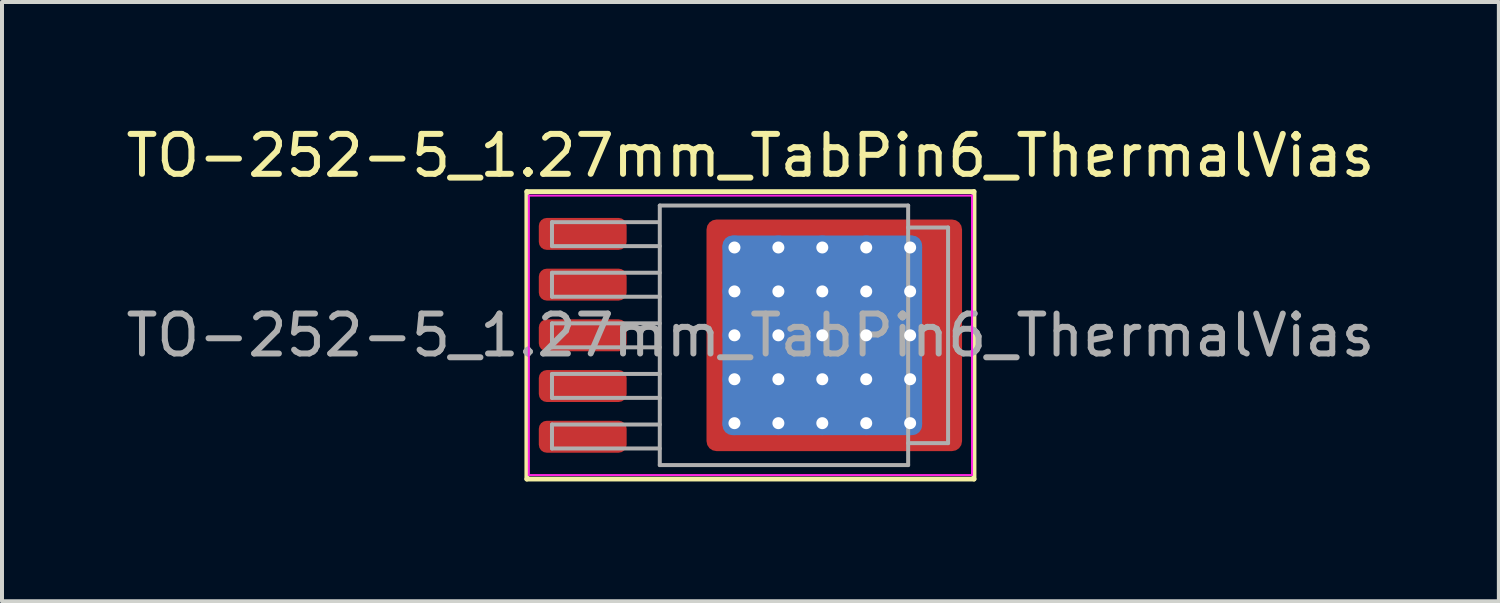
<source format=kicad_pcb>
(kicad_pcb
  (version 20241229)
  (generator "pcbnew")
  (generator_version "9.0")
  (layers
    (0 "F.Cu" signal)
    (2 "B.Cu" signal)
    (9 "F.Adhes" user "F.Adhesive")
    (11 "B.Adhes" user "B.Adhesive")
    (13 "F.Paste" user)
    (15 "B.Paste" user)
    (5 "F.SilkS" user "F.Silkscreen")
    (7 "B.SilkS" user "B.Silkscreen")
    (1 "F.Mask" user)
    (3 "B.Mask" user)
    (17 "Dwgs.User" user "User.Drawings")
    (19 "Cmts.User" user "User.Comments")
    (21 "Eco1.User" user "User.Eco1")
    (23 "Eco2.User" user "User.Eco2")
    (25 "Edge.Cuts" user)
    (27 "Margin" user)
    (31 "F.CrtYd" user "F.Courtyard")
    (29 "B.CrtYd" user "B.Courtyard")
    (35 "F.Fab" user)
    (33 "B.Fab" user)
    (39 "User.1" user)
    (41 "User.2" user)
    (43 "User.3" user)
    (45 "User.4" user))
  (footprint "TO-252-5_1.27mm_TabPin6_ThermalVias"
    (layer "F.Cu")
    (at 15.744 5.348)
    (property "Reference" "TO-252-5_1.27mm_TabPin6_ThermalVias" (at 0 -4.5 0) (layer "F.SilkS") (effects (font (size 1 1) (thickness 0.15))))
    (attr smd)
    (fp_line (start -5.6 -3.6) (end -5.6 3.6) (stroke (width 0.12) (type solid)) (layer "F.SilkS"))
    (fp_line (start -5.6 3.6) (end 5.6 3.6) (stroke (width 0.12) (type solid)) (layer "F.SilkS"))
    (fp_line (start 5.6 -3.6) (end -5.6 -3.6) (stroke (width 0.12) (type solid)) (layer "F.SilkS"))
    (fp_line (start 5.6 3.6) (end 5.6 -3.6) (stroke (width 0.12) (type solid)) (layer "F.SilkS"))
    (fp_line (start -5.55 -3.5) (end -5.55 3.5) (stroke (width 0.05) (type solid)) (layer "F.CrtYd"))
    (fp_line (start -5.55 3.5) (end 5.55 3.5) (stroke (width 0.05) (type solid)) (layer "F.CrtYd"))
    (fp_line (start 5.55 -3.5) (end -5.55 -3.5) (stroke (width 0.05) (type solid)) (layer "F.CrtYd"))
    (fp_line (start 5.55 3.5) (end 5.55 -3.5) (stroke (width 0.05) (type solid)) (layer "F.CrtYd"))
    (fp_line (start -4.97 -2.834) (end -4.97 -2.234) (stroke (width 0.1) (type solid)) (layer "F.Fab"))
    (fp_line (start -4.97 -2.234) (end -2.27 -2.234) (stroke (width 0.1) (type solid)) (layer "F.Fab"))
    (fp_line (start -4.97 -1.567) (end -4.97 -0.967) (stroke (width 0.1) (type solid)) (layer "F.Fab"))
    (fp_line (start -4.97 -0.967) (end -2.27 -0.967) (stroke (width 0.1) (type solid)) (layer "F.Fab"))
    (fp_line (start -4.97 -0.3) (end -4.97 0.3) (stroke (width 0.1) (type solid)) (layer "F.Fab"))
    (fp_line (start -4.97 0.3) (end -2.27 0.3) (stroke (width 0.1) (type solid)) (layer "F.Fab"))
    (fp_line (start -4.97 0.967) (end -4.97 1.567) (stroke (width 0.1) (type solid)) (layer "F.Fab"))
    (fp_line (start -4.97 1.567) (end -2.27 1.567) (stroke (width 0.1) (type solid)) (layer "F.Fab"))
    (fp_line (start -4.97 2.234) (end -4.97 2.834) (stroke (width 0.1) (type solid)) (layer "F.Fab"))
    (fp_line (start -4.97 2.834) (end -2.27 2.834) (stroke (width 0.1) (type solid)) (layer "F.Fab"))
    (fp_line (start -2.3 -2.834) (end -4.97 -2.834) (stroke (width 0.1) (type solid)) (layer "F.Fab"))
    (fp_line (start -2.27 -3.25) (end 3.95 -3.25) (stroke (width 0.1) (type solid)) (layer "F.Fab"))
    (fp_line (start -2.27 -1.567) (end -4.97 -1.567) (stroke (width 0.1) (type solid)) (layer "F.Fab"))
    (fp_line (start -2.27 -0.3) (end -4.97 -0.3) (stroke (width 0.1) (type solid)) (layer "F.Fab"))
    (fp_line (start -2.27 0.967) (end -4.97 0.967) (stroke (width 0.1) (type solid)) (layer "F.Fab"))
    (fp_line (start -2.27 2.234) (end -4.97 2.234) (stroke (width 0.1) (type solid)) (layer "F.Fab"))
    (fp_line (start -2.27 3.25) (end -2.27 -3.25) (stroke (width 0.1) (type solid)) (layer "F.Fab"))
    (fp_line (start 3.95 -3.25) (end 3.95 3.25) (stroke (width 0.1) (type solid)) (layer "F.Fab"))
    (fp_line (start 3.95 -2.7) (end 4.95 -2.7) (stroke (width 0.1) (type solid)) (layer "F.Fab"))
    (fp_line (start 3.95 3.25) (end -2.27 3.25) (stroke (width 0.1) (type solid)) (layer "F.Fab"))
    (fp_line (start 4.95 -2.7) (end 4.95 2.7) (stroke (width 0.1) (type solid)) (layer "F.Fab"))
    (fp_line (start 4.95 2.7) (end 3.95 2.7) (stroke (width 0.1) (type solid)) (layer "F.Fab"))
    (fp_text user "${REFERENCE}" (at 0 0 0) (layer "F.Fab") (effects (font (size 1 1) (thickness 0.15))))
    (pad "" smd roundrect (at -0.8 -2.55 90) (size 0.5 0.5) (layers "F.Paste") (roundrect_rratio 0.25))
    (pad "" smd roundrect (at -0.8 -1.65 90) (size 0.9 0.5) (layers "F.Paste") (roundrect_rratio 0.25))
    (pad "" smd roundrect (at -0.8 -0.55 90) (size 0.9 0.5) (layers "F.Paste") (roundrect_rratio 0.25))
    (pad "" smd roundrect (at -0.8 0.55 90) (size 0.9 0.5) (layers "F.Paste") (roundrect_rratio 0.25))
    (pad "" smd roundrect (at -0.8 1.65 90) (size 0.9 0.5) (layers "F.Paste") (roundrect_rratio 0.25))
    (pad "" smd roundrect (at -0.8 2.6 90) (size 0.5 0.5) (layers "F.Paste") (roundrect_rratio 0.25))
    (pad "" smd roundrect (at 0.15 -2.55) (size 0.9 0.5) (layers "F.Paste") (roundrect_rratio 0.25))
    (pad "" smd roundrect (at 0.15 -1.65) (size 0.9 0.9) (layers "F.Paste") (roundrect_rratio 0.25))
    (pad "" smd roundrect (at 0.15 -0.55) (size 0.9 0.9) (layers "F.Paste") (roundrect_rratio 0.25))
    (pad "" smd roundrect (at 0.15 0.55) (size 0.9 0.9) (layers "F.Paste") (roundrect_rratio 0.25))
    (pad "" smd roundrect (at 0.15 1.65) (size 0.9 0.9) (layers "F.Paste") (roundrect_rratio 0.25))
    (pad "" smd roundrect (at 0.15 2.6) (size 0.9 0.5) (layers "F.Paste") (roundrect_rratio 0.25))
    (pad "" smd roundrect (at 1.25 -2.55) (size 0.9 0.5) (layers "F.Paste") (roundrect_rratio 0.25))
    (pad "" smd roundrect (at 1.25 -1.65) (size 0.9 0.9) (layers "F.Paste") (roundrect_rratio 0.25))
    (pad "" smd roundrect (at 1.25 -0.55) (size 0.9 0.9) (layers "F.Paste") (roundrect_rratio 0.25))
    (pad "" smd roundrect (at 1.25 0.55) (size 0.9 0.9) (layers "F.Paste") (roundrect_rratio 0.25))
    (pad "" smd roundrect (at 1.25 1.65) (size 0.9 0.9) (layers "F.Paste") (roundrect_rratio 0.25))
    (pad "" smd roundrect (at 1.25 2.6) (size 0.9 0.5) (layers "F.Paste") (roundrect_rratio 0.25))
    (pad "" smd roundrect (at 2.35 -2.55) (size 0.9 0.5) (layers "F.Paste") (roundrect_rratio 0.25))
    (pad "" smd roundrect (at 2.35 -1.65) (size 0.9 0.9) (layers "F.Paste") (roundrect_rratio 0.25))
    (pad "" smd roundrect (at 2.35 -0.55) (size 0.9 0.9) (layers "F.Paste") (roundrect_rratio 0.25))
    (pad "" smd roundrect (at 2.35 0.55) (size 0.9 0.9) (layers "F.Paste") (roundrect_rratio 0.25))
    (pad "" smd roundrect (at 2.35 1.65) (size 0.9 0.9) (layers "F.Paste") (roundrect_rratio 0.25))
    (pad "" smd roundrect (at 2.35 2.6) (size 0.9 0.5) (layers "F.Paste") (roundrect_rratio 0.25))
    (pad "" smd roundrect (at 3.45 -2.55) (size 0.9 0.5) (layers "F.Paste") (roundrect_rratio 0.25))
    (pad "" smd roundrect (at 3.45 -1.65) (size 0.9 0.9) (layers "F.Paste") (roundrect_rratio 0.25))
    (pad "" smd roundrect (at 3.45 -0.55) (size 0.9 0.9) (layers "F.Paste") (roundrect_rratio 0.25))
    (pad "" smd roundrect (at 3.45 0.55) (size 0.9 0.9) (layers "F.Paste") (roundrect_rratio 0.25))
    (pad "" smd roundrect (at 3.45 1.65) (size 0.9 0.9) (layers "F.Paste") (roundrect_rratio 0.25))
    (pad "" smd roundrect (at 3.45 2.6) (size 0.9 0.5) (layers "F.Paste") (roundrect_rratio 0.25))
    (pad "" smd roundrect (at 4.6 -2.55 90) (size 0.5 0.9) (layers "F.Paste") (roundrect_rratio 0.25))
    (pad "" smd roundrect (at 4.6 -1.65 90) (size 0.9 0.9) (layers "F.Paste") (roundrect_rratio 0.25))
    (pad "" smd roundrect (at 4.6 -0.55 90) (size 0.9 0.9) (layers "F.Paste") (roundrect_rratio 0.25))
    (pad "" smd roundrect (at 4.6 0.55 90) (size 0.9 0.9) (layers "F.Paste") (roundrect_rratio 0.25))
    (pad "" smd roundrect (at 4.6 1.65 90) (size 0.9 0.9) (layers "F.Paste") (roundrect_rratio 0.25))
    (pad "" smd roundrect (at 4.6 2.6 90) (size 0.5 0.9) (layers "F.Paste") (roundrect_rratio 0.25))
    (pad "1" smd roundrect (at -4.2 -2.54) (size 2.2 0.8) (layers "F.Cu" "F.Mask" "F.Paste") (roundrect_rratio 0.25))
    (pad "2" smd roundrect (at -4.2 -1.27) (size 2.2 0.8) (layers "F.Cu" "F.Mask" "F.Paste") (roundrect_rratio 0.25))
    (pad "3" smd roundrect (at -4.2 0) (size 2.2 0.8) (layers "F.Cu" "F.Mask" "F.Paste") (roundrect_rratio 0.25))
    (pad "4" smd roundrect (at -4.2 1.27) (size 2.2 0.8) (layers "F.Cu" "F.Mask" "F.Paste") (roundrect_rratio 0.25))
    (pad "5" smd roundrect (at -4.2 2.54) (size 2.2 0.8) (layers "F.Cu" "F.Mask" "F.Paste") (roundrect_rratio 0.25))
    (pad "6" thru_hole circle (at -0.4 -2.2) (size 0.6 0.6) (drill 0.3) (property pad_prop_heatsink) (layers "*.Cu"))
    (pad "6" thru_hole circle (at -0.4 -1.1) (size 0.6 0.6) (drill 0.3) (property pad_prop_heatsink) (layers "*.Cu"))
    (pad "6" thru_hole circle (at -0.4 0) (size 0.6 0.6) (drill 0.3) (property pad_prop_heatsink) (layers "*.Cu"))
    (pad "6" thru_hole circle (at -0.4 1.1) (size 0.6 0.6) (drill 0.3) (property pad_prop_heatsink) (layers "*.Cu"))
    (pad "6" thru_hole circle (at -0.4 2.2) (size 0.6 0.6) (drill 0.3) (property pad_prop_heatsink) (layers "*.Cu"))
    (pad "6" thru_hole circle (at 0.7 -2.2) (size 0.6 0.6) (drill 0.3) (property pad_prop_heatsink) (layers "*.Cu"))
    (pad "6" thru_hole circle (at 0.7 -1.1) (size 0.6 0.6) (drill 0.3) (property pad_prop_heatsink) (layers "*.Cu"))
    (pad "6" thru_hole circle (at 0.7 0) (size 0.6 0.6) (drill 0.3) (property pad_prop_heatsink) (layers "*.Cu"))
    (pad "6" thru_hole circle (at 0.7 1.1) (size 0.6 0.6) (drill 0.3) (property pad_prop_heatsink) (layers "*.Cu"))
    (pad "6" thru_hole circle (at 0.7 2.2) (size 0.6 0.6) (drill 0.3) (property pad_prop_heatsink) (layers "*.Cu"))
    (pad "6" thru_hole circle (at 1.8 -2.2) (size 0.6 0.6) (drill 0.3) (property pad_prop_heatsink) (layers "*.Cu"))
    (pad "6" thru_hole circle (at 1.8 -1.1) (size 0.6 0.6) (drill 0.3) (property pad_prop_heatsink) (layers "*.Cu"))
    (pad "6" thru_hole circle (at 1.8 0) (size 0.6 0.6) (drill 0.3) (property pad_prop_heatsink) (layers "*.Cu"))
    (pad "6" smd roundrect (at 1.8 0) (size 5 5) (layers "B.Cu" "B.Mask") (roundrect_rratio 0.05))
    (pad "6" thru_hole circle (at 1.8 1.1) (size 0.6 0.6) (drill 0.3) (property pad_prop_heatsink) (layers "*.Cu"))
    (pad "6" thru_hole circle (at 1.8 2.2) (size 0.6 0.6) (drill 0.3) (property pad_prop_heatsink) (layers "*.Cu"))
    (pad "6" smd roundrect (at 2.1 0) (size 6.4 5.8) (layers "F.Cu" "F.Mask") (roundrect_rratio 0.043))
    (pad "6" thru_hole circle (at 2.9 -2.2) (size 0.6 0.6) (drill 0.3) (property pad_prop_heatsink) (layers "*.Cu"))
    (pad "6" thru_hole circle (at 2.9 -1.1) (size 0.6 0.6) (drill 0.3) (property pad_prop_heatsink) (layers "*.Cu"))
    (pad "6" thru_hole circle (at 2.9 0) (size 0.6 0.6) (drill 0.3) (property pad_prop_heatsink) (layers "*.Cu"))
    (pad "6" thru_hole circle (at 2.9 1.1) (size 0.6 0.6) (drill 0.3) (property pad_prop_heatsink) (layers "*.Cu"))
    (pad "6" thru_hole circle (at 2.9 2.2) (size 0.6 0.6) (drill 0.3) (property pad_prop_heatsink) (layers "*.Cu"))
    (pad "6" thru_hole circle (at 4 -2.2) (size 0.6 0.6) (drill 0.3) (property pad_prop_heatsink) (layers "*.Cu"))
    (pad "6" thru_hole circle (at 4 -1.1) (size 0.6 0.6) (drill 0.3) (property pad_prop_heatsink) (layers "*.Cu"))
    (pad "6" thru_hole circle (at 4 0) (size 0.6 0.6) (drill 0.3) (property pad_prop_heatsink) (layers "*.Cu"))
    (pad "6" thru_hole circle (at 4 1.1) (size 0.6 0.6) (drill 0.3) (property pad_prop_heatsink) (layers "*.Cu"))
    (pad "6" thru_hole circle (at 4 2.2) (size 0.6 0.6) (drill 0.3) (property pad_prop_heatsink) (layers "*.Cu")))
  (gr_rect
    (start -3 -3)
    (end 34.488 12.008)
    (stroke (width 0.1) (type default))
    (fill no)
    (layer "Edge.Cuts")))
</source>
